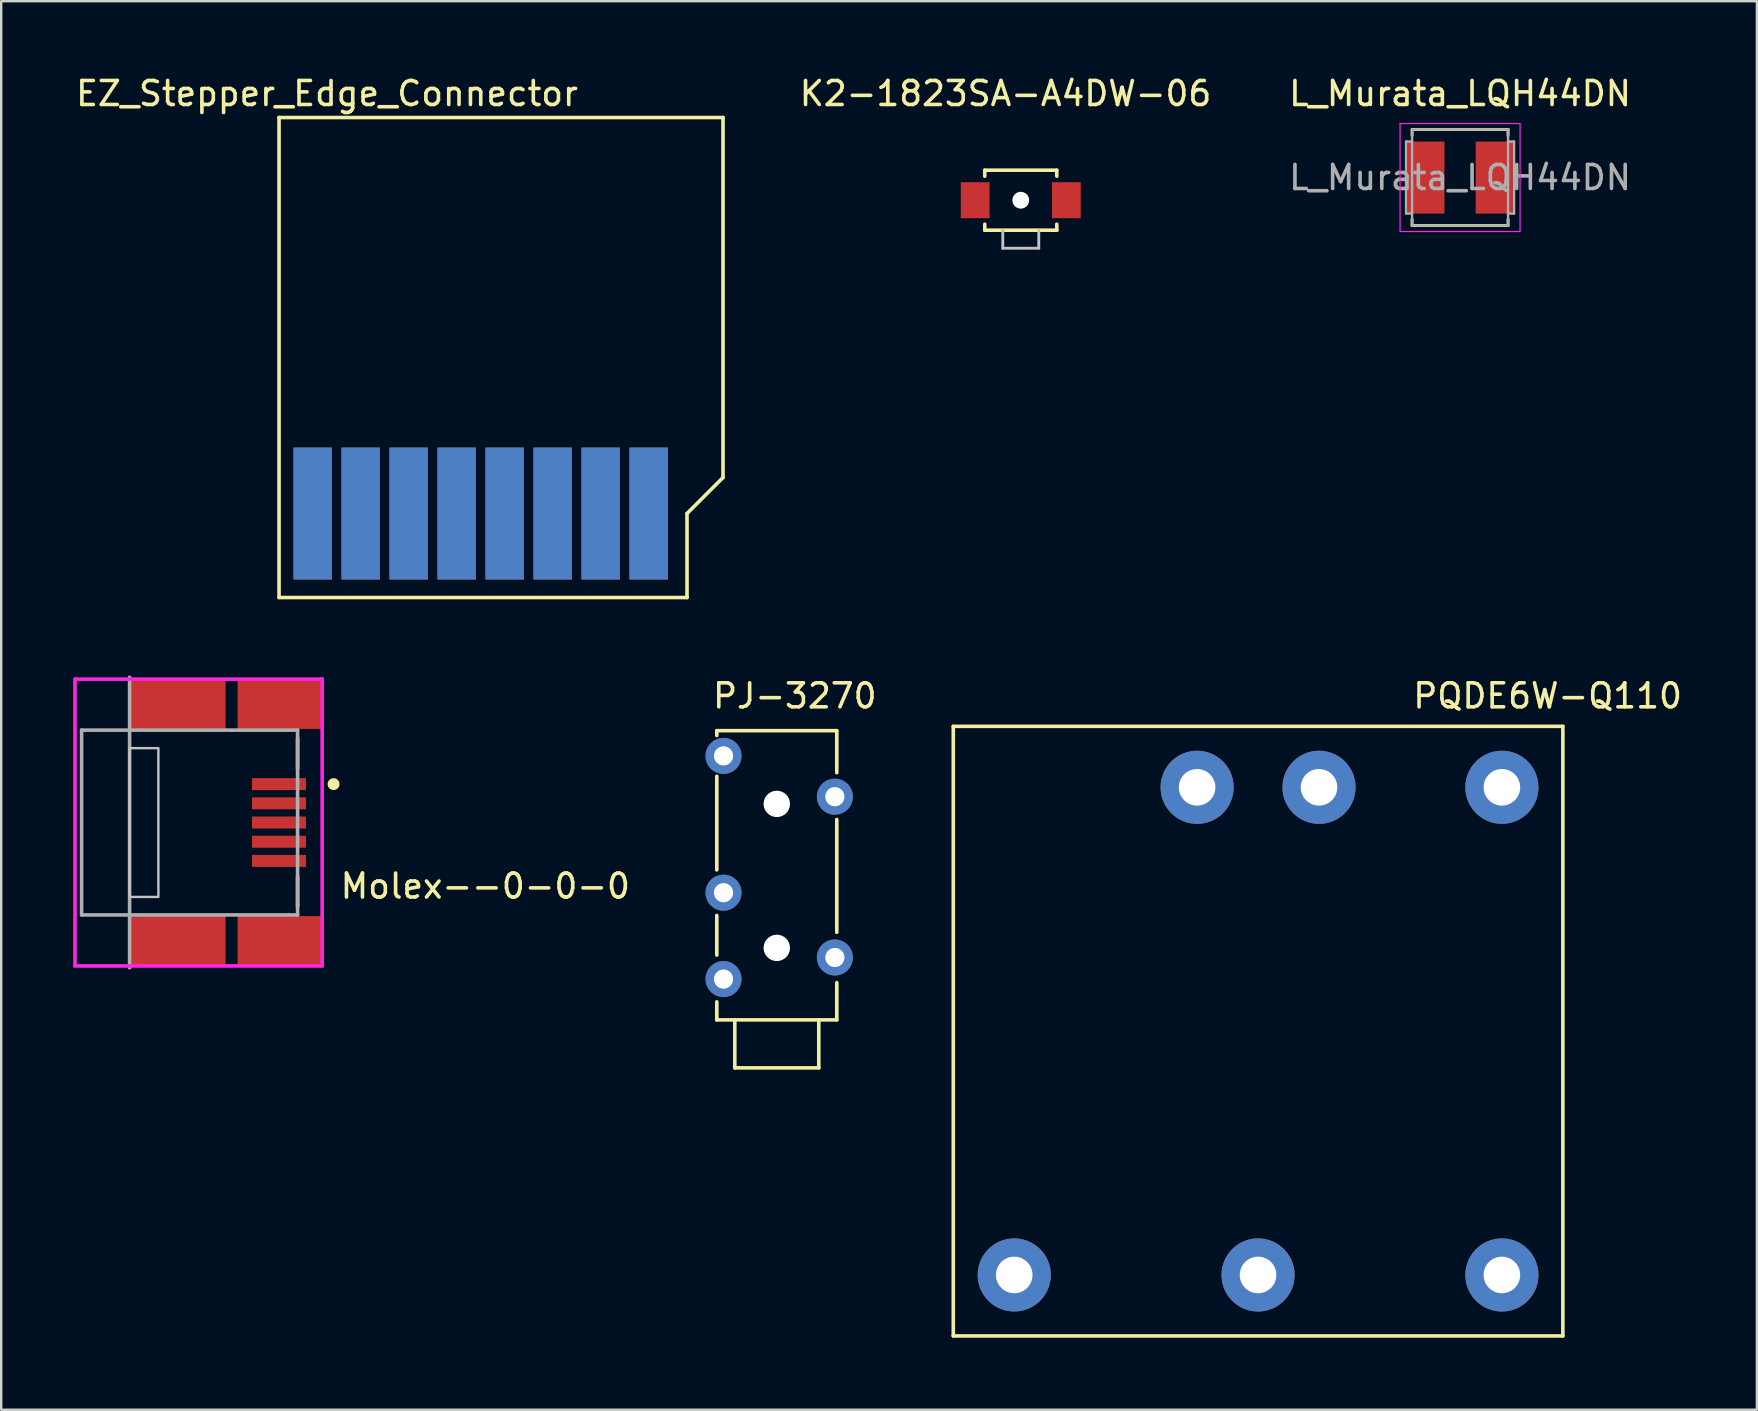
<source format=kicad_pcb>
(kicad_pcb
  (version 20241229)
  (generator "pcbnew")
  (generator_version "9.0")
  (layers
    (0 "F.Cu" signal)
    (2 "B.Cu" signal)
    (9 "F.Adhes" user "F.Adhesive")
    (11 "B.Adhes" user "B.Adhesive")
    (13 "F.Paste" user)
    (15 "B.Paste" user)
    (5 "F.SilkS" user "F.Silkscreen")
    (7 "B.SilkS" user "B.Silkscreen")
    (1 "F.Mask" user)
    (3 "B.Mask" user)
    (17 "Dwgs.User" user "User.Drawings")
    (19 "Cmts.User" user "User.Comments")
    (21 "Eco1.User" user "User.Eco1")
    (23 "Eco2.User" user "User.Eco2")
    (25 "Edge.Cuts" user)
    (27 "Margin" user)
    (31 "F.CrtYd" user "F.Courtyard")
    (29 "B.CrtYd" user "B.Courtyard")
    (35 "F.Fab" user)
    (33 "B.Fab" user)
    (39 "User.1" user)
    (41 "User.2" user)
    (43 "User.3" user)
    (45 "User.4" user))
  (footprint "K2-1823SA-A4DW-06"
    (layer "F.Cu")
    (at 39.484 5.293)
    (property "Reference" "K2-1823SA-A4DW-06" (at -0.635 -4.445 0) (layer "F.SilkS") (effects (font (size 1 1) (thickness 0.15))))
    (attr through_hole)
    (fp_line (start -1.5 -1.25) (end 1.5 -1.25) (stroke (width 0.15) (type solid)) (layer "F.SilkS"))
    (fp_line (start -1.5 -1) (end -1.5 -1.25) (stroke (width 0.15) (type solid)) (layer "F.SilkS"))
    (fp_line (start -1.5 1.25) (end -1.5 1) (stroke (width 0.15) (type solid)) (layer "F.SilkS"))
    (fp_line (start -1.5 1.25) (end 1.5 1.25) (stroke (width 0.15) (type solid)) (layer "F.SilkS"))
    (fp_line (start 1.5 -1.25) (end 1.5 -1) (stroke (width 0.15) (type solid)) (layer "F.SilkS"))
    (fp_line (start 1.5 1.25) (end 1.5 1) (stroke (width 0.15) (type solid)) (layer "F.SilkS"))
    (fp_line (start -0.75 1.25) (end -0.75 2) (stroke (width 0.12) (type solid)) (layer "Dwgs.User"))
    (fp_line (start -0.75 2) (end 0.75 2) (stroke (width 0.12) (type solid)) (layer "Dwgs.User"))
    (fp_line (start 0.75 2) (end 0.75 1.25) (stroke (width 0.12) (type solid)) (layer "Dwgs.User"))
    (pad "" np_thru_hole circle (at 0 0) (size 0.7 0.7) (drill 0.7) (layers "*.Cu" "*.Mask"))
    (pad "1" smd rect (at -1.9 0) (size 1.2 1.5) (layers "F.Cu" "F.Mask" "F.Paste"))
    (pad "2" smd rect (at 1.9 0) (size 1.2 1.5) (layers "F.Cu" "F.Mask" "F.Paste")))
  (footprint "EZ_Stepper_Edge_Connector"
    (layer "F.Cu")
    (at 8.577 21.848)
    (property "Reference" "EZ_Stepper_Edge_Connector" (at 2 -21 0) (unlocked yes) (layer "F.SilkS") (effects (font (size 1 1) (thickness 0.15))))
    (fp_line (start 0 -20) (end 0 0) (stroke (width 0.15) (type default)) (layer "F.SilkS"))
    (fp_line (start 0 0) (end 17 0) (stroke (width 0.15) (type default)) (layer "F.SilkS"))
    (fp_line (start 17 0) (end 17 -3.5) (stroke (width 0.15) (type default)) (layer "F.SilkS"))
    (fp_line (start 18.5 -20) (end 0 -20) (stroke (width 0.15) (type default)) (layer "F.SilkS"))
    (fp_line (start 18.5 -5) (end 17 -3.5) (stroke (width 0.15) (type default)) (layer "F.SilkS"))
    (fp_line (start 18.5 -5) (end 18.5 -20) (stroke (width 0.15) (type default)) (layer "F.SilkS"))
    (pad "1" smd rect (at 1.4 -3.5) (size 1.6 5.5) (layers "F.Cu" "F.Mask" "F.Paste"))
    (pad "2" smd rect (at 3.4 -3.5) (size 1.6 5.5) (layers "F.Cu" "F.Mask" "F.Paste"))
    (pad "3" smd rect (at 5.4 -3.5) (size 1.6 5.5) (layers "F.Cu" "F.Mask" "F.Paste"))
    (pad "4" smd rect (at 7.4 -3.5) (size 1.6 5.5) (layers "F.Cu" "F.Mask" "F.Paste"))
    (pad "5" smd rect (at 9.4 -3.5) (size 1.6 5.5) (layers "F.Cu" "F.Mask" "F.Paste"))
    (pad "6" smd rect (at 11.4 -3.5) (size 1.6 5.5) (layers "F.Cu" "F.Mask" "F.Paste"))
    (pad "7" smd rect (at 13.4 -3.5) (size 1.6 5.5) (layers "F.Cu" "F.Mask" "F.Paste"))
    (pad "8" smd rect (at 15.4 -3.5) (size 1.6 5.5) (layers "F.Cu" "F.Mask" "F.Paste"))
    (pad "9" smd rect (at 15.4 -3.5) (size 1.6 5.5) (layers "B.Cu" "B.Mask" "B.Paste"))
    (pad "10" smd rect (at 13.4 -3.5) (size 1.6 5.5) (layers "B.Cu" "B.Mask" "B.Paste"))
    (pad "11" smd rect (at 11.4 -3.5) (size 1.6 5.5) (layers "B.Cu" "B.Mask" "B.Paste"))
    (pad "12" smd rect (at 9.4 -3.5) (size 1.6 5.5) (layers "B.Cu" "B.Mask" "B.Paste"))
    (pad "13" smd rect (at 7.4 -3.5) (size 1.6 5.5) (layers "B.Cu" "B.Mask" "B.Paste"))
    (pad "14" smd rect (at 5.4 -3.5) (size 1.6 5.5) (layers "B.Cu" "B.Mask" "B.Paste"))
    (pad "15" smd rect (at 3.4 -3.5) (size 1.6 5.5) (layers "B.Cu" "B.Mask" "B.Paste"))
    (pad "16" smd rect (at 1.4 -3.5) (size 1.6 5.5) (layers "B.Cu" "B.Mask" "B.Paste")))
  (footprint "PJ-3270"
    (layer "F.Cu")
    (at 29.318 39.447)
    (property "Reference" "PJ-3270" (at 0.75 -13.5 0) (layer "F.SilkS") (effects (font (size 1 1) (thickness 0.15))))
    (attr through_hole)
    (fp_line (start -2.5 -12.05) (end -2.5 -11.85) (stroke (width 0.15) (type solid)) (layer "F.SilkS"))
    (fp_line (start -2.5 -12.05) (end 2.5 -12.05) (stroke (width 0.15) (type solid)) (layer "F.SilkS"))
    (fp_line (start -2.5 -6.25) (end -2.5 -10.15) (stroke (width 0.15) (type solid)) (layer "F.SilkS"))
    (fp_line (start -2.5 -2.7) (end -2.5 -4.35) (stroke (width 0.15) (type solid)) (layer "F.SilkS"))
    (fp_line (start -2.5 0) (end -2.5 -0.75) (stroke (width 0.15) (type solid)) (layer "F.SilkS"))
    (fp_line (start -1.75 0) (end -1.75 2) (stroke (width 0.15) (type solid)) (layer "F.SilkS"))
    (fp_line (start -1.75 2) (end 1.75 2) (stroke (width 0.15) (type solid)) (layer "F.SilkS"))
    (fp_line (start 1.75 2) (end 1.75 0) (stroke (width 0.15) (type solid)) (layer "F.SilkS"))
    (fp_line (start 2.5 -12.05) (end 2.5 -10.3) (stroke (width 0.15) (type solid)) (layer "F.SilkS"))
    (fp_line (start 2.5 -8.35) (end 2.5 -3.65) (stroke (width 0.15) (type solid)) (layer "F.SilkS"))
    (fp_line (start 2.5 -1.55) (end 2.5 0) (stroke (width 0.15) (type solid)) (layer "F.SilkS"))
    (fp_line (start 2.5 0) (end -2.5 0) (stroke (width 0.15) (type solid)) (layer "F.SilkS"))
    (pad "" np_thru_hole circle (at 0 -9) (size 1.1 1.1) (drill 1.1) (layers "*.Cu" "*.Mask"))
    (pad "" np_thru_hole circle (at 0 -3) (size 1.1 1.1) (drill 1.1) (layers "*.Cu" "*.Mask"))
    (pad "2" thru_hole circle (at 2.42 -9.3) (size 1.5 1.5) (drill 0.8) (layers "*.Cu" "*.Mask"))
    (pad "3" thru_hole circle (at 2.42 -2.6) (size 1.5 1.5) (drill 0.8) (layers "*.Cu" "*.Mask"))
    (pad "4" thru_hole circle (at -2.22 -1.7) (size 1.5 1.5) (drill 0.8) (layers "*.Cu" "*.Mask"))
    (pad "5" thru_hole circle (at -2.22 -5.3) (size 1.5 1.5) (drill 0.8) (layers "*.Cu" "*.Mask"))
    (pad "6" thru_hole circle (at -2.22 -11) (size 1.5 1.5) (drill 0.8) (layers "*.Cu" "*.Mask")))
  (footprint "PQDE6W-Q110"
    (layer "F.Cu")
    (at 49.372 39.916)
    (property "Reference" "PQDE6W-Q110" (at 12.065 -13.97 0) (layer "F.SilkS") (effects (font (size 1 1) (thickness 0.15))))
    (attr through_hole)
    (fp_line (start -12.7 -12.7) (end -12.7 12.7) (stroke (width 0.15) (type solid)) (layer "F.SilkS"))
    (fp_line (start -12.7 12.7) (end 12.7 12.7) (stroke (width 0.15) (type solid)) (layer "F.SilkS"))
    (fp_line (start 12.7 -12.7) (end -12.7 -12.7) (stroke (width 0.15) (type solid)) (layer "F.SilkS"))
    (fp_line (start 12.7 12.7) (end 12.7 -12.7) (stroke (width 0.15) (type solid)) (layer "F.SilkS"))
    (pad "1" thru_hole circle (at 10.16 -10.16) (size 3.048 3.048) (drill 1.524) (layers "*.Cu" "*.Mask"))
    (pad "2" thru_hole circle (at 2.54 -10.16) (size 3.048 3.048) (drill 1.524) (layers "*.Cu" "*.Mask"))
    (pad "3" thru_hole circle (at -2.54 -10.16) (size 3.048 3.048) (drill 1.524) (layers "*.Cu" "*.Mask"))
    (pad "4" thru_hole circle (at -10.16 10.16) (size 3.048 3.048) (drill 1.524) (layers "*.Cu" "*.Mask"))
    (pad "5" thru_hole circle (at 0 10.16) (size 3.048 3.048) (drill 1.524) (layers "*.Cu" "*.Mask"))
    (pad "6" thru_hole circle (at 10.16 10.16) (size 3.048 3.048) (drill 1.524) (layers "*.Cu" "*.Mask")))
  (footprint "Molex--0-0-0"
    (layer "F.Cu")
    (at 4.85 31.223)
    (property "Reference" "Molex--0-0-0" (at 6.2 2.65 0) (layer "F.SilkS") (effects (font (size 1 1) (thickness 0.15)) (justify left)))
    (attr through_hole)
    (fp_line (start 4.5 -3.5) (end 4.5 -2.25) (stroke (width 0.15) (type solid)) (layer "F.SilkS"))
    (fp_line (start 4.5 2.25) (end 4.5 3.5) (stroke (width 0.15) (type solid)) (layer "F.SilkS"))
    (fp_circle (center 6 -1.6) (end 6.125 -1.6) (stroke (width 0.25) (type solid)) (fill no) (layer "F.SilkS"))
    (fp_poly (pts (xy -2.5 -3.1) (xy -1.3 -3.1) (xy -1.3 3.1) (xy -2.5 3.1)) (stroke (width 0.1) (type solid)) (fill no) (layer "Dwgs.User"))
    (fp_line (start -4.775 -5.975) (end -4.775 5.975) (stroke (width 0.15) (type solid)) (layer "F.CrtYd"))
    (fp_line (start -4.775 5.975) (end 5.525 5.975) (stroke (width 0.15) (type solid)) (layer "F.CrtYd"))
    (fp_line (start 5.525 -5.975) (end -4.775 -5.975) (stroke (width 0.15) (type solid)) (layer "F.CrtYd"))
    (fp_line (start 5.525 -5.975) (end 5.525 -5.975) (stroke (width 0.15) (type solid)) (layer "F.CrtYd"))
    (fp_line (start 5.525 5.975) (end 5.525 -5.975) (stroke (width 0.15) (type solid)) (layer "F.CrtYd"))
    (fp_line (start -4.5 -3.85) (end 4.5 -3.85) (stroke (width 0.15) (type solid)) (layer "F.Fab"))
    (fp_line (start -4.5 3.85) (end -4.5 -3.85) (stroke (width 0.15) (type solid)) (layer "F.Fab"))
    (fp_line (start -2.5 -6.05) (end -2.5 6.05) (stroke (width 0.15) (type solid)) (layer "F.Fab"))
    (fp_line (start 4.5 -3.85) (end 4.5 3.85) (stroke (width 0.15) (type solid)) (layer "F.Fab"))
    (fp_line (start 4.5 3.85) (end -4.5 3.85) (stroke (width 0.15) (type solid)) (layer "F.Fab"))
    (pad "1" smd rect (at 3.725 -1.6) (size 2.25 0.5) (layers "F.Cu" "F.Mask" "F.Paste"))
    (pad "2" smd rect (at 3.725 -0.8) (size 2.25 0.5) (layers "F.Cu" "F.Mask" "F.Paste"))
    (pad "3" smd rect (at 3.725 0) (size 2.25 0.5) (layers "F.Cu" "F.Mask" "F.Paste"))
    (pad "4" smd rect (at 3.725 0.8) (size 2.25 0.5) (layers "F.Cu" "F.Mask" "F.Paste"))
    (pad "5" smd rect (at 3.725 1.6) (size 2.25 0.5) (layers "F.Cu" "F.Mask" "F.Paste"))
    (pad "6" smd rect (at -0.5 -4.925) (size 4 2.05) (layers "F.Cu" "F.Mask" "F.Paste"))
    (pad "7" smd rect (at 3.75 -4.925) (size 3.5 2.05) (layers "F.Cu" "F.Mask" "F.Paste"))
    (pad "8" smd rect (at -0.5 4.925) (size 4 2.05) (layers "F.Cu" "F.Mask" "F.Paste"))
    (pad "9" smd rect (at 3.75 4.925) (size 3.5 2.05) (layers "F.Cu" "F.Mask" "F.Paste")))
  (footprint "L_Murata_LQH44DN"
    (layer "F.Cu")
    (at 57.789 4.348)
    (property "Reference" "L_Murata_LQH44DN" (at 0 -3.5 0) (layer "F.SilkS") (effects (font (size 1 1) (thickness 0.15))))
    (attr smd)
    (fp_line (start -2 -2) (end -2 -1.75) (stroke (width 0.12) (type solid)) (layer "F.SilkS"))
    (fp_line (start -2 -2) (end 2 -2) (stroke (width 0.12) (type solid)) (layer "F.SilkS"))
    (fp_line (start -2 1.75) (end -2 2) (stroke (width 0.12) (type solid)) (layer "F.SilkS"))
    (fp_line (start -2 2) (end 2 2) (stroke (width 0.12) (type solid)) (layer "F.SilkS"))
    (fp_line (start 2 -2) (end 2 -1.75) (stroke (width 0.12) (type solid)) (layer "F.SilkS"))
    (fp_line (start 2 1.75) (end 2 2) (stroke (width 0.12) (type solid)) (layer "F.SilkS"))
    (fp_line (start -2.5 -2.25) (end -2.5 2.25) (stroke (width 0.05) (type solid)) (layer "F.CrtYd"))
    (fp_line (start -2.5 2.25) (end 2.5 2.25) (stroke (width 0.05) (type solid)) (layer "F.CrtYd"))
    (fp_line (start 2.5 -2.25) (end -2.5 -2.25) (stroke (width 0.05) (type solid)) (layer "F.CrtYd"))
    (fp_line (start 2.5 2.25) (end 2.5 -2.25) (stroke (width 0.05) (type solid)) (layer "F.CrtYd"))
    (fp_line (start -2.25 -1.5) (end -2.25 1.5) (stroke (width 0.1) (type solid)) (layer "F.Fab"))
    (fp_line (start -2.25 -1.5) (end -2 -1.5) (stroke (width 0.1) (type solid)) (layer "F.Fab"))
    (fp_line (start -2.25 1.5) (end -2 1.5) (stroke (width 0.1) (type solid)) (layer "F.Fab"))
    (fp_line (start -2 -2) (end -2 2) (stroke (width 0.1) (type solid)) (layer "F.Fab"))
    (fp_line (start -2 -2) (end 2 -2) (stroke (width 0.1) (type solid)) (layer "F.Fab"))
    (fp_line (start -2 2) (end 2 2) (stroke (width 0.1) (type solid)) (layer "F.Fab"))
    (fp_line (start 2 -2) (end 2 2) (stroke (width 0.1) (type solid)) (layer "F.Fab"))
    (fp_line (start 2.25 -1.5) (end 2 -1.5) (stroke (width 0.1) (type solid)) (layer "F.Fab"))
    (fp_line (start 2.25 -1.5) (end 2.25 1.5) (stroke (width 0.1) (type solid)) (layer "F.Fab"))
    (fp_line (start 2.25 1.5) (end 2 1.5) (stroke (width 0.1) (type solid)) (layer "F.Fab"))
    (fp_text user "${REFERENCE}" (at 0 0 0) (layer "F.Fab") (effects (font (size 1 1) (thickness 0.15))))
    (pad "1" smd rect (at -1.425 0) (size 1.55 3) (layers "F.Cu" "F.Mask" "F.Paste"))
    (pad "2" smd rect (at 1.425 0) (size 1.55 3) (layers "F.Cu" "F.Mask" "F.Paste")))
  (gr_rect
    (start -3 -3)
    (end 70.158 55.691)
    (stroke (width 0.1) (type default))
    (fill no)
    (layer "Edge.Cuts")))
</source>
